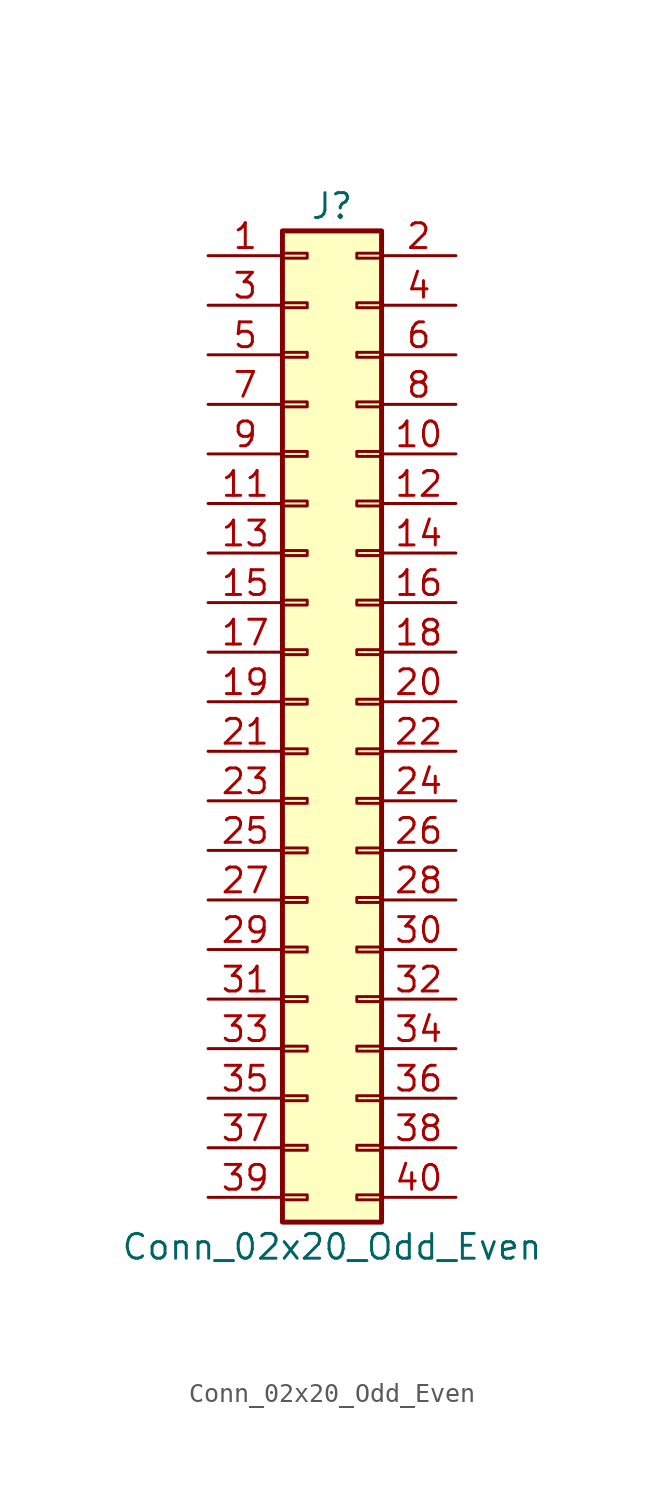
<source format=kicad_sym>
(kicad_symbol_lib
  (version 20201005)
  (generator kicad_symbol_editor)
  (symbol "Conn_02x20_Odd_Even"
    (pin_names
      (offset 1.016) hide)
    (property "Reference" "J"
      (at 1.27 25.4 0)
      (effects (font (size 1.27 1.27))))
    (property "Value" "Conn_02x20_Odd_Even"
      (at 1.27 -27.94 0)
      (effects (font (size 1.27 1.27))))
    (symbol "Conn_02x20_Odd_Even_1_1"
      (rectangle (start -1.27 -25.273) (end 0 -25.527) (stroke (width 0.152)) (fill (type none)))
      (rectangle (start -1.27 -22.733) (end 0 -22.987) (stroke (width 0.152)) (fill (type none)))
      (rectangle (start -1.27 -20.193) (end 0 -20.447) (stroke (width 0.152)) (fill (type none)))
      (rectangle (start -1.27 -17.653) (end 0 -17.907) (stroke (width 0.152)) (fill (type none)))
      (rectangle (start -1.27 -15.113) (end 0 -15.367) (stroke (width 0.152)) (fill (type none)))
      (rectangle (start -1.27 -12.573) (end 0 -12.827) (stroke (width 0.152)) (fill (type none)))
      (rectangle (start -1.27 -10.033) (end 0 -10.287) (stroke (width 0.152)) (fill (type none)))
      (rectangle (start -1.27 -7.493) (end 0 -7.747) (stroke (width 0.152)) (fill (type none)))
      (rectangle (start -1.27 -4.953) (end 0 -5.207) (stroke (width 0.152)) (fill (type none)))
      (rectangle (start -1.27 -2.413) (end 0 -2.667) (stroke (width 0.152)) (fill (type none)))
      (rectangle (start -1.27 0.127) (end 0 -0.127) (stroke (width 0.152)) (fill (type none)))
      (rectangle (start -1.27 2.667) (end 0 2.413) (stroke (width 0.152)) (fill (type none)))
      (rectangle (start -1.27 5.207) (end 0 4.953) (stroke (width 0.152)) (fill (type none)))
      (rectangle (start -1.27 7.747) (end 0 7.493) (stroke (width 0.152)) (fill (type none)))
      (rectangle (start -1.27 10.287) (end 0 10.033) (stroke (width 0.152)) (fill (type none)))
      (rectangle (start -1.27 12.827) (end 0 12.573) (stroke (width 0.152)) (fill (type none)))
      (rectangle (start -1.27 15.367) (end 0 15.113) (stroke (width 0.152)) (fill (type none)))
      (rectangle (start -1.27 17.907) (end 0 17.653) (stroke (width 0.152)) (fill (type none)))
      (rectangle (start -1.27 20.447) (end 0 20.193) (stroke (width 0.152)) (fill (type none)))
      (rectangle (start -1.27 22.987) (end 0 22.733) (stroke (width 0.152)) (fill (type none)))
      (rectangle (start -1.27 24.13) (end 3.81 -26.67) (stroke (width 0.254)) (fill (type background)))
      (rectangle (start 3.81 -25.273) (end 2.54 -25.527) (stroke (width 0.152)) (fill (type none)))
      (rectangle (start 3.81 -22.733) (end 2.54 -22.987) (stroke (width 0.152)) (fill (type none)))
      (rectangle (start 3.81 -20.193) (end 2.54 -20.447) (stroke (width 0.152)) (fill (type none)))
      (rectangle (start 3.81 -17.653) (end 2.54 -17.907) (stroke (width 0.152)) (fill (type none)))
      (rectangle (start 3.81 -15.113) (end 2.54 -15.367) (stroke (width 0.152)) (fill (type none)))
      (rectangle (start 3.81 -12.573) (end 2.54 -12.827) (stroke (width 0.152)) (fill (type none)))
      (rectangle (start 3.81 -10.033) (end 2.54 -10.287) (stroke (width 0.152)) (fill (type none)))
      (rectangle (start 3.81 -7.493) (end 2.54 -7.747) (stroke (width 0.152)) (fill (type none)))
      (rectangle (start 3.81 -4.953) (end 2.54 -5.207) (stroke (width 0.152)) (fill (type none)))
      (rectangle (start 3.81 -2.413) (end 2.54 -2.667) (stroke (width 0.152)) (fill (type none)))
      (rectangle (start 3.81 0.127) (end 2.54 -0.127) (stroke (width 0.152)) (fill (type none)))
      (rectangle (start 3.81 2.667) (end 2.54 2.413) (stroke (width 0.152)) (fill (type none)))
      (rectangle (start 3.81 5.207) (end 2.54 4.953) (stroke (width 0.152)) (fill (type none)))
      (rectangle (start 3.81 7.747) (end 2.54 7.493) (stroke (width 0.152)) (fill (type none)))
      (rectangle (start 3.81 10.287) (end 2.54 10.033) (stroke (width 0.152)) (fill (type none)))
      (rectangle (start 3.81 12.827) (end 2.54 12.573) (stroke (width 0.152)) (fill (type none)))
      (rectangle (start 3.81 15.367) (end 2.54 15.113) (stroke (width 0.152)) (fill (type none)))
      (rectangle (start 3.81 17.907) (end 2.54 17.653) (stroke (width 0.152)) (fill (type none)))
      (rectangle (start 3.81 20.447) (end 2.54 20.193) (stroke (width 0.152)) (fill (type none)))
      (rectangle (start 3.81 22.987) (end 2.54 22.733) (stroke (width 0.152)) (fill (type none)))
      (pin passive line (at -5.08 22.86 0) (length 3.81) (name "Pin_1" (effects (font (size 1.27 1.27)))) (number "1" (effects (font (size 1.27 1.27)))))
      (pin passive line (at 7.62 12.7 180) (length 3.81) (name "Pin_10" (effects (font (size 1.27 1.27)))) (number "10" (effects (font (size 1.27 1.27)))))
      (pin passive line (at -5.08 10.16 0) (length 3.81) (name "Pin_11" (effects (font (size 1.27 1.27)))) (number "11" (effects (font (size 1.27 1.27)))))
      (pin passive line (at 7.62 10.16 180) (length 3.81) (name "Pin_12" (effects (font (size 1.27 1.27)))) (number "12" (effects (font (size 1.27 1.27)))))
      (pin passive line (at -5.08 7.62 0) (length 3.81) (name "Pin_13" (effects (font (size 1.27 1.27)))) (number "13" (effects (font (size 1.27 1.27)))))
      (pin passive line (at 7.62 7.62 180) (length 3.81) (name "Pin_14" (effects (font (size 1.27 1.27)))) (number "14" (effects (font (size 1.27 1.27)))))
      (pin passive line (at -5.08 5.08 0) (length 3.81) (name "Pin_15" (effects (font (size 1.27 1.27)))) (number "15" (effects (font (size 1.27 1.27)))))
      (pin passive line (at 7.62 5.08 180) (length 3.81) (name "Pin_16" (effects (font (size 1.27 1.27)))) (number "16" (effects (font (size 1.27 1.27)))))
      (pin passive line (at -5.08 2.54 0) (length 3.81) (name "Pin_17" (effects (font (size 1.27 1.27)))) (number "17" (effects (font (size 1.27 1.27)))))
      (pin passive line (at 7.62 2.54 180) (length 3.81) (name "Pin_18" (effects (font (size 1.27 1.27)))) (number "18" (effects (font (size 1.27 1.27)))))
      (pin passive line (at -5.08 0 0) (length 3.81) (name "Pin_19" (effects (font (size 1.27 1.27)))) (number "19" (effects (font (size 1.27 1.27)))))
      (pin passive line (at 7.62 22.86 180) (length 3.81) (name "Pin_2" (effects (font (size 1.27 1.27)))) (number "2" (effects (font (size 1.27 1.27)))))
      (pin passive line (at 7.62 0 180) (length 3.81) (name "Pin_20" (effects (font (size 1.27 1.27)))) (number "20" (effects (font (size 1.27 1.27)))))
      (pin passive line (at -5.08 -2.54 0) (length 3.81) (name "Pin_21" (effects (font (size 1.27 1.27)))) (number "21" (effects (font (size 1.27 1.27)))))
      (pin passive line (at 7.62 -2.54 180) (length 3.81) (name "Pin_22" (effects (font (size 1.27 1.27)))) (number "22" (effects (font (size 1.27 1.27)))))
      (pin passive line (at -5.08 -5.08 0) (length 3.81) (name "Pin_23" (effects (font (size 1.27 1.27)))) (number "23" (effects (font (size 1.27 1.27)))))
      (pin passive line (at 7.62 -5.08 180) (length 3.81) (name "Pin_24" (effects (font (size 1.27 1.27)))) (number "24" (effects (font (size 1.27 1.27)))))
      (pin passive line (at -5.08 -7.62 0) (length 3.81) (name "Pin_25" (effects (font (size 1.27 1.27)))) (number "25" (effects (font (size 1.27 1.27)))))
      (pin passive line (at 7.62 -7.62 180) (length 3.81) (name "Pin_26" (effects (font (size 1.27 1.27)))) (number "26" (effects (font (size 1.27 1.27)))))
      (pin passive line (at -5.08 -10.16 0) (length 3.81) (name "Pin_27" (effects (font (size 1.27 1.27)))) (number "27" (effects (font (size 1.27 1.27)))))
      (pin passive line (at 7.62 -10.16 180) (length 3.81) (name "Pin_28" (effects (font (size 1.27 1.27)))) (number "28" (effects (font (size 1.27 1.27)))))
      (pin passive line (at -5.08 -12.7 0) (length 3.81) (name "Pin_29" (effects (font (size 1.27 1.27)))) (number "29" (effects (font (size 1.27 1.27)))))
      (pin passive line (at -5.08 20.32 0) (length 3.81) (name "Pin_3" (effects (font (size 1.27 1.27)))) (number "3" (effects (font (size 1.27 1.27)))))
      (pin passive line (at 7.62 -12.7 180) (length 3.81) (name "Pin_30" (effects (font (size 1.27 1.27)))) (number "30" (effects (font (size 1.27 1.27)))))
      (pin passive line (at -5.08 -15.24 0) (length 3.81) (name "Pin_31" (effects (font (size 1.27 1.27)))) (number "31" (effects (font (size 1.27 1.27)))))
      (pin passive line (at 7.62 -15.24 180) (length 3.81) (name "Pin_32" (effects (font (size 1.27 1.27)))) (number "32" (effects (font (size 1.27 1.27)))))
      (pin passive line (at -5.08 -17.78 0) (length 3.81) (name "Pin_33" (effects (font (size 1.27 1.27)))) (number "33" (effects (font (size 1.27 1.27)))))
      (pin passive line (at 7.62 -17.78 180) (length 3.81) (name "Pin_34" (effects (font (size 1.27 1.27)))) (number "34" (effects (font (size 1.27 1.27)))))
      (pin passive line (at -5.08 -20.32 0) (length 3.81) (name "Pin_35" (effects (font (size 1.27 1.27)))) (number "35" (effects (font (size 1.27 1.27)))))
      (pin passive line (at 7.62 -20.32 180) (length 3.81) (name "Pin_36" (effects (font (size 1.27 1.27)))) (number "36" (effects (font (size 1.27 1.27)))))
      (pin passive line (at -5.08 -22.86 0) (length 3.81) (name "Pin_37" (effects (font (size 1.27 1.27)))) (number "37" (effects (font (size 1.27 1.27)))))
      (pin passive line (at 7.62 -22.86 180) (length 3.81) (name "Pin_38" (effects (font (size 1.27 1.27)))) (number "38" (effects (font (size 1.27 1.27)))))
      (pin passive line (at -5.08 -25.4 0) (length 3.81) (name "Pin_39" (effects (font (size 1.27 1.27)))) (number "39" (effects (font (size 1.27 1.27)))))
      (pin passive line (at 7.62 20.32 180) (length 3.81) (name "Pin_4" (effects (font (size 1.27 1.27)))) (number "4" (effects (font (size 1.27 1.27)))))
      (pin passive line (at 7.62 -25.4 180) (length 3.81) (name "Pin_40" (effects (font (size 1.27 1.27)))) (number "40" (effects (font (size 1.27 1.27)))))
      (pin passive line (at -5.08 17.78 0) (length 3.81) (name "Pin_5" (effects (font (size 1.27 1.27)))) (number "5" (effects (font (size 1.27 1.27)))))
      (pin passive line (at 7.62 17.78 180) (length 3.81) (name "Pin_6" (effects (font (size 1.27 1.27)))) (number "6" (effects (font (size 1.27 1.27)))))
      (pin passive line (at -5.08 15.24 0) (length 3.81) (name "Pin_7" (effects (font (size 1.27 1.27)))) (number "7" (effects (font (size 1.27 1.27)))))
      (pin passive line (at 7.62 15.24 180) (length 3.81) (name "Pin_8" (effects (font (size 1.27 1.27)))) (number "8" (effects (font (size 1.27 1.27)))))
      (pin passive line (at -5.08 12.7 0) (length 3.81) (name "Pin_9" (effects (font (size 1.27 1.27)))) (number "9" (effects (font (size 1.27 1.27))))))))
</source>
